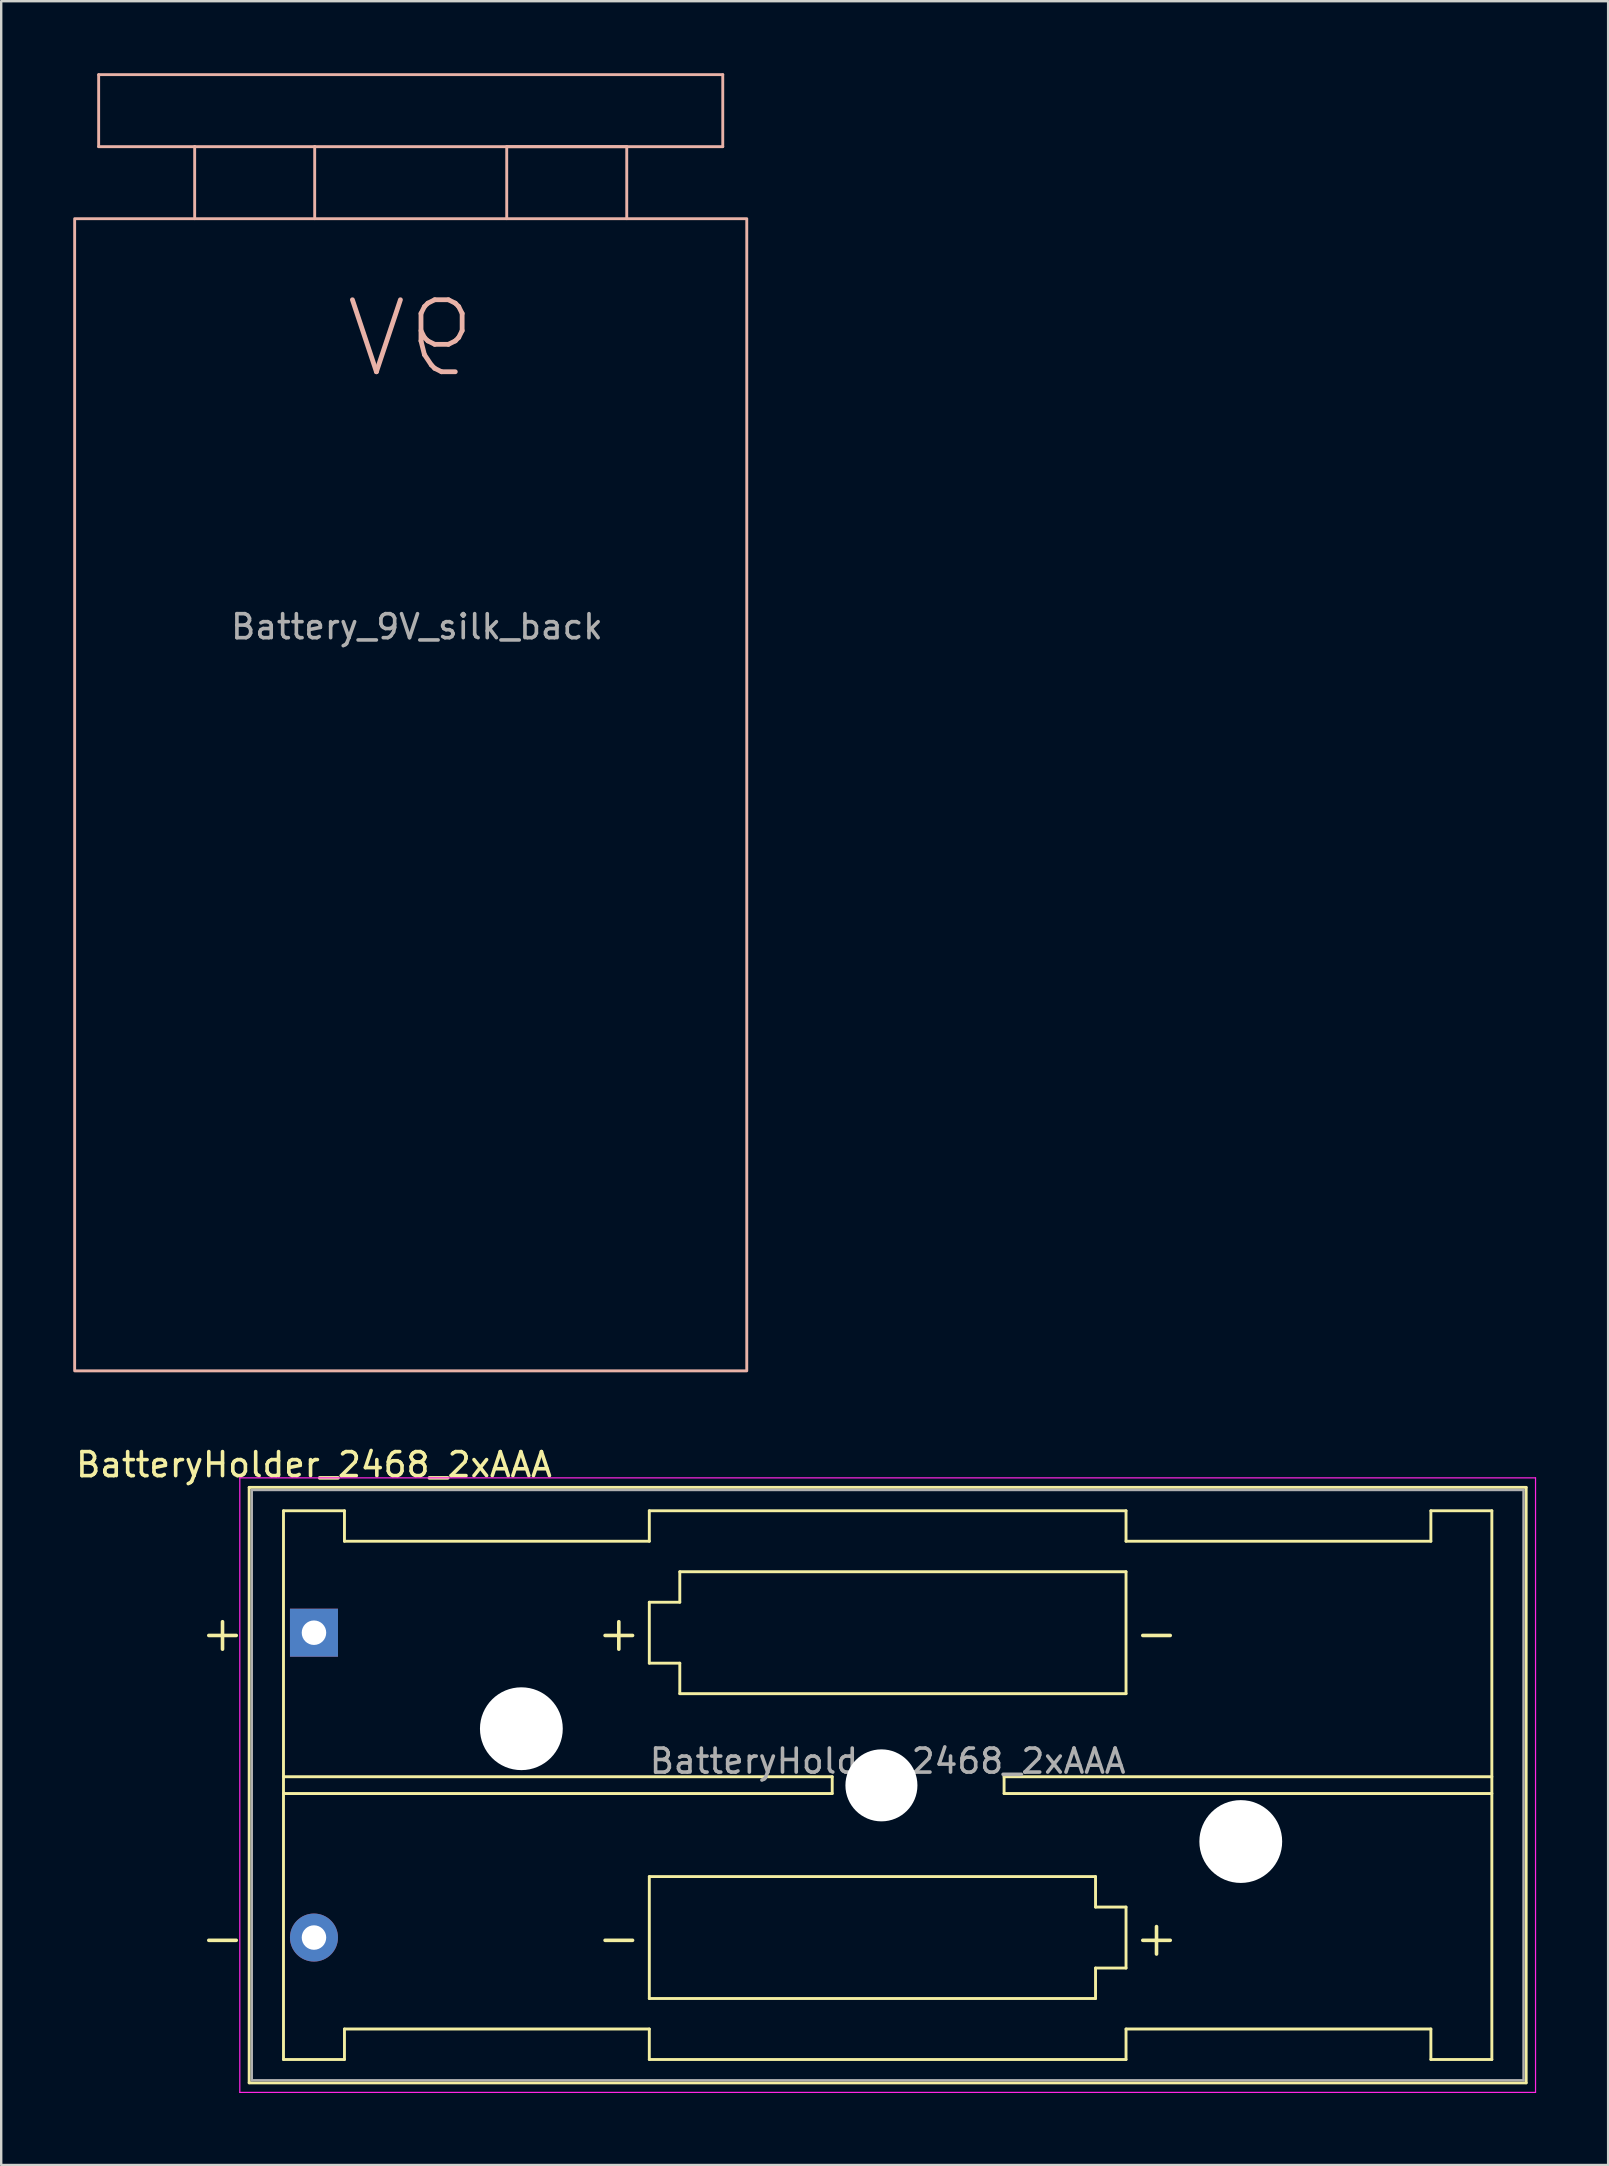
<source format=kicad_pcb>
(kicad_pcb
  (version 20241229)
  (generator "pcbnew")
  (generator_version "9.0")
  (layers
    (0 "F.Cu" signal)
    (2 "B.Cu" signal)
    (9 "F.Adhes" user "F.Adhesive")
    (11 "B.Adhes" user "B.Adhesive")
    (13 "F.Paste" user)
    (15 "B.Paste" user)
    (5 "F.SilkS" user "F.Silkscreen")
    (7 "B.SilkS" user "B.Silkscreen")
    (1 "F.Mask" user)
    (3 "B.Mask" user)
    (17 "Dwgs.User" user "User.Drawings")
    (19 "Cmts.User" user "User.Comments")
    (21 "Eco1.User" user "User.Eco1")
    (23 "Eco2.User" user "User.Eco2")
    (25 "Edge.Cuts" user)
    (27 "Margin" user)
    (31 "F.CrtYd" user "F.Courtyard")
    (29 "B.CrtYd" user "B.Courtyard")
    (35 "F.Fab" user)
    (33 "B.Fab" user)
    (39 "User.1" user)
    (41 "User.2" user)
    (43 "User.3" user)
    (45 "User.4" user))
  (footprint "Battery_9V_silk_back"
    (layer "F.Cu")
    (at 14.06 28.06)
    (property "Reference" "Battery_9V_silk_back" (at 0.26 -5 0) (layer "F.Fab") (effects (font (size 1 1) (thickness 0.15))))
    (attr through_hole)
    (fp_line (start -13 -28) (end 13 -28) (stroke (width 0.12) (type solid)) (layer "B.SilkS"))
    (fp_line (start -13 -25) (end -13 -28) (stroke (width 0.12) (type solid)) (layer "B.SilkS"))
    (fp_line (start -9 -25) (end -13 -25) (stroke (width 0.12) (type solid)) (layer "B.SilkS"))
    (fp_line (start -9 -25) (end -4 -25) (stroke (width 0.12) (type solid)) (layer "B.SilkS"))
    (fp_line (start -9 -22) (end -9 -25) (stroke (width 0.12) (type solid)) (layer "B.SilkS"))
    (fp_line (start -4 -25) (end -4 -22) (stroke (width 0.12) (type solid)) (layer "B.SilkS"))
    (fp_line (start 4 -25) (end 4 -22) (stroke (width 0.12) (type solid)) (layer "B.SilkS"))
    (fp_line (start 9 -25) (end 4 -25) (stroke (width 0.12) (type solid)) (layer "B.SilkS"))
    (fp_line (start 9 -22) (end 9 -25) (stroke (width 0.12) (type solid)) (layer "B.SilkS"))
    (fp_line (start 13 -28) (end 13 -25) (stroke (width 0.12) (type solid)) (layer "B.SilkS"))
    (fp_line (start 13 -25) (end -4 -25) (stroke (width 0.12) (type solid)) (layer "B.SilkS"))
    (fp_rect (start -14 -22) (end 14 26) (stroke (width 0.12) (type solid)) (fill no) (layer "B.SilkS"))
    (fp_text user "9V" (at 0 -17 0) (unlocked yes) (layer "B.SilkS") (effects (font (size 3 3) (thickness 0.2)) (justify mirror))))
  (footprint "BatteryHolder_2468_2xAAA"
    (layer "F.Cu")
    (at 10.03 64.968)
    (property "Reference" "BatteryHolder_2468_2xAAA" (at 0 -7 0) (layer "F.SilkS") (effects (font (size 1 1) (thickness 0.15))))
    (attr through_hole)
    (fp_line (start -2.7 -6.05) (end -2.7 18.75) (stroke (width 0.12) (type solid)) (layer "F.SilkS"))
    (fp_line (start -2.7 18.755) (end 50.5 18.755) (stroke (width 0.12) (type solid)) (layer "F.SilkS"))
    (fp_line (start -1.27 -5.08) (end -1.27 17.78) (stroke (width 0.12) (type solid)) (layer "F.SilkS"))
    (fp_line (start -1.27 6) (end 21.59 6) (stroke (width 0.12) (type solid)) (layer "F.SilkS"))
    (fp_line (start -1.27 17.78) (end 1.27 17.78) (stroke (width 0.12) (type solid)) (layer "F.SilkS"))
    (fp_line (start 1.27 -5.08) (end -1.27 -5.08) (stroke (width 0.12) (type solid)) (layer "F.SilkS"))
    (fp_line (start 1.27 -3.81) (end 1.27 -5.08) (stroke (width 0.12) (type solid)) (layer "F.SilkS"))
    (fp_line (start 1.27 -3.81) (end 13.97 -3.81) (stroke (width 0.12) (type solid)) (layer "F.SilkS"))
    (fp_line (start 1.27 16.51) (end 13.97 16.51) (stroke (width 0.12) (type solid)) (layer "F.SilkS"))
    (fp_line (start 1.27 17.78) (end 1.27 16.51) (stroke (width 0.12) (type solid)) (layer "F.SilkS"))
    (fp_line (start 13.97 -5.08) (end 13.97 -3.81) (stroke (width 0.12) (type solid)) (layer "F.SilkS"))
    (fp_line (start 13.97 -1.27) (end 15.24 -1.27) (stroke (width 0.12) (type solid)) (layer "F.SilkS"))
    (fp_line (start 13.97 1.27) (end 13.97 -1.27) (stroke (width 0.12) (type solid)) (layer "F.SilkS"))
    (fp_line (start 13.97 10.16) (end 32.56 10.16) (stroke (width 0.12) (type solid)) (layer "F.SilkS"))
    (fp_line (start 13.97 15.24) (end 13.97 10.16) (stroke (width 0.12) (type solid)) (layer "F.SilkS"))
    (fp_line (start 13.97 16.51) (end 13.97 17.78) (stroke (width 0.12) (type solid)) (layer "F.SilkS"))
    (fp_line (start 13.97 17.78) (end 33.83 17.78) (stroke (width 0.12) (type solid)) (layer "F.SilkS"))
    (fp_line (start 15.24 -2.54) (end 33.83 -2.54) (stroke (width 0.12) (type solid)) (layer "F.SilkS"))
    (fp_line (start 15.24 -1.27) (end 15.24 -2.54) (stroke (width 0.12) (type solid)) (layer "F.SilkS"))
    (fp_line (start 15.24 1.27) (end 13.97 1.27) (stroke (width 0.12) (type solid)) (layer "F.SilkS"))
    (fp_line (start 15.24 2.54) (end 15.24 1.27) (stroke (width 0.12) (type solid)) (layer "F.SilkS"))
    (fp_line (start 21.59 6) (end 21.59 6.7) (stroke (width 0.12) (type solid)) (layer "F.SilkS"))
    (fp_line (start 21.59 6.7) (end -1.27 6.7) (stroke (width 0.12) (type solid)) (layer "F.SilkS"))
    (fp_line (start 28.75 6) (end 28.75 6.7) (stroke (width 0.12) (type solid)) (layer "F.SilkS"))
    (fp_line (start 28.75 6.7) (end 49.07 6.7) (stroke (width 0.12) (type solid)) (layer "F.SilkS"))
    (fp_line (start 32.56 10.16) (end 32.56 11.43) (stroke (width 0.12) (type solid)) (layer "F.SilkS"))
    (fp_line (start 32.56 11.43) (end 33.83 11.43) (stroke (width 0.12) (type solid)) (layer "F.SilkS"))
    (fp_line (start 32.56 13.97) (end 32.56 15.24) (stroke (width 0.12) (type solid)) (layer "F.SilkS"))
    (fp_line (start 32.56 15.24) (end 13.97 15.24) (stroke (width 0.12) (type solid)) (layer "F.SilkS"))
    (fp_line (start 33.83 -5.08) (end 13.97 -5.08) (stroke (width 0.12) (type solid)) (layer "F.SilkS"))
    (fp_line (start 33.83 -3.81) (end 33.83 -5.08) (stroke (width 0.12) (type solid)) (layer "F.SilkS"))
    (fp_line (start 33.83 -2.54) (end 33.83 2.54) (stroke (width 0.12) (type solid)) (layer "F.SilkS"))
    (fp_line (start 33.83 2.54) (end 15.24 2.54) (stroke (width 0.12) (type solid)) (layer "F.SilkS"))
    (fp_line (start 33.83 11.43) (end 33.83 13.97) (stroke (width 0.12) (type solid)) (layer "F.SilkS"))
    (fp_line (start 33.83 13.97) (end 32.56 13.97) (stroke (width 0.12) (type solid)) (layer "F.SilkS"))
    (fp_line (start 33.83 17.78) (end 33.83 16.51) (stroke (width 0.12) (type solid)) (layer "F.SilkS"))
    (fp_line (start 46.53 -5.08) (end 46.53 -3.81) (stroke (width 0.12) (type solid)) (layer "F.SilkS"))
    (fp_line (start 46.53 -3.81) (end 33.83 -3.81) (stroke (width 0.12) (type solid)) (layer "F.SilkS"))
    (fp_line (start 46.53 16.51) (end 33.83 16.51) (stroke (width 0.12) (type solid)) (layer "F.SilkS"))
    (fp_line (start 46.53 17.78) (end 46.53 16.51) (stroke (width 0.12) (type solid)) (layer "F.SilkS"))
    (fp_line (start 49.07 -5.08) (end 46.53 -5.08) (stroke (width 0.12) (type solid)) (layer "F.SilkS"))
    (fp_line (start 49.07 -5.08) (end 49.07 17.78) (stroke (width 0.12) (type solid)) (layer "F.SilkS"))
    (fp_line (start 49.07 6) (end 28.75 6) (stroke (width 0.12) (type solid)) (layer "F.SilkS"))
    (fp_line (start 49.07 17.78) (end 46.53 17.78) (stroke (width 0.12) (type solid)) (layer "F.SilkS"))
    (fp_line (start 50.5 -6.055) (end -2.7 -6.055) (stroke (width 0.12) (type solid)) (layer "F.SilkS"))
    (fp_line (start 50.5 18.75) (end 50.5 -6.05) (stroke (width 0.12) (type solid)) (layer "F.SilkS"))
    (fp_line (start -3.09 -6.45) (end -3.09 19.15) (stroke (width 0.05) (type solid)) (layer "F.CrtYd"))
    (fp_line (start -3.09 19.15) (end 50.89 19.15) (stroke (width 0.05) (type solid)) (layer "F.CrtYd"))
    (fp_line (start 50.89 -6.45) (end -3.09 -6.45) (stroke (width 0.05) (type solid)) (layer "F.CrtYd"))
    (fp_line (start 50.89 19.15) (end 50.89 -6.45) (stroke (width 0.05) (type solid)) (layer "F.CrtYd"))
    (fp_line (start -2.59 -5.945) (end 50.39 -5.945) (stroke (width 0.1) (type solid)) (layer "F.Fab"))
    (fp_line (start -2.59 18.645) (end -2.59 -5.945) (stroke (width 0.1) (type solid)) (layer "F.Fab"))
    (fp_line (start -2.59 18.645) (end 50.39 18.645) (stroke (width 0.1) (type solid)) (layer "F.Fab"))
    (fp_line (start 50.39 18.645) (end 50.39 -5.945) (stroke (width 0.1) (type solid)) (layer "F.Fab"))
    (fp_text user "+" (at 35.1 12.7 0) (layer "F.SilkS") (effects (font (size 1.5 1.5) (thickness 0.15))))
    (fp_text user "-" (at 35.1 0 0) (layer "F.SilkS") (effects (font (size 1.5 1.5) (thickness 0.15))))
    (fp_text user "-" (at -3.81 12.7 0) (layer "F.SilkS") (effects (font (size 1.5 1.5) (thickness 0.15))))
    (fp_text user "+" (at 12.7 0 0) (layer "F.SilkS") (effects (font (size 1.5 1.5) (thickness 0.15))))
    (fp_text user "-" (at 12.7 12.7 0) (layer "F.SilkS") (effects (font (size 1.5 1.5) (thickness 0.15))))
    (fp_text user "+" (at -3.81 0 0) (layer "F.SilkS") (effects (font (size 1.5 1.5) (thickness 0.15))))
    (fp_text user "${REFERENCE}" (at 23.9 5.35 0) (layer "F.Fab") (effects (font (size 1 1) (thickness 0.15))))
    (pad "" np_thru_hole circle (at 8.64 4) (size 3.45 3.45) (drill 3.45) (layers "*.Cu" "*.Mask"))
    (pad "" np_thru_hole circle (at 23.64 6.36) (size 3 3) (drill 3) (layers "*.Cu" "*.Mask"))
    (pad "" np_thru_hole circle (at 38.61 8.7) (size 3.45 3.45) (drill 3.45) (layers "*.Cu" "*.Mask"))
    (pad "1" thru_hole rect (at 0 0) (size 2 2) (drill 1.02) (layers "*.Cu" "*.Mask"))
    (pad "2" thru_hole circle (at 0 12.7) (size 2 2) (drill 1.02) (layers "*.Cu" "*.Mask")))
  (gr_rect
    (start -3 -3)
    (end 63.945 87.143)
    (stroke (width 0.1) (type default))
    (fill no)
    (layer "Edge.Cuts")))
</source>
